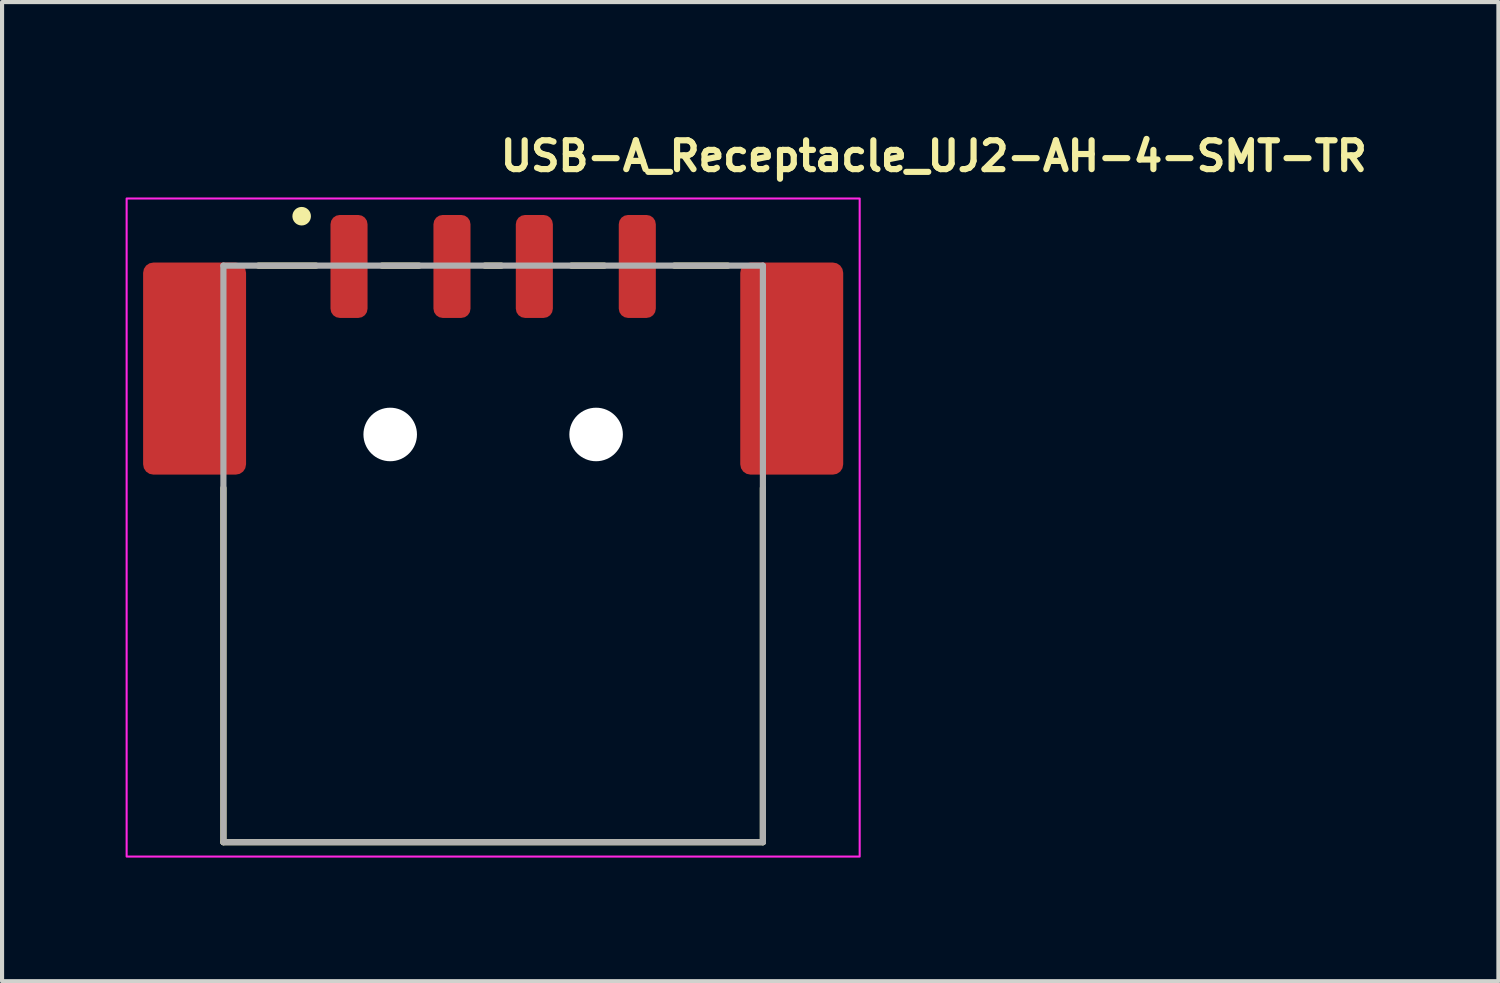
<source format=kicad_pcb>
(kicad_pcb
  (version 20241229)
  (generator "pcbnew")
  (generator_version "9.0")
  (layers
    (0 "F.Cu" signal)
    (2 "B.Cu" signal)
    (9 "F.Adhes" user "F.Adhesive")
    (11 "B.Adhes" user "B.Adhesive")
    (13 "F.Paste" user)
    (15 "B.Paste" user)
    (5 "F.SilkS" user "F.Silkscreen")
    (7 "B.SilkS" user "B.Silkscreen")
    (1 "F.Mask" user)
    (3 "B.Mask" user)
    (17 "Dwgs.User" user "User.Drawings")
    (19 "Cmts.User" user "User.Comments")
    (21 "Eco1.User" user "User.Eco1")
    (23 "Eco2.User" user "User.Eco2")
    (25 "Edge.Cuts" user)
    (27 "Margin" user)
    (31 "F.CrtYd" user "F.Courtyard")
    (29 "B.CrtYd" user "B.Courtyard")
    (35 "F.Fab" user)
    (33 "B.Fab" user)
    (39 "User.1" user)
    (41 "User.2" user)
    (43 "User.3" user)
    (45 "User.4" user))
  (footprint "USB-A_Receptacle_UJ2-AH-4-SMT-TR"
    (layer "F.Cu")
    (at 8.945 9.95)
    (property "Reference" "USB-A_Receptacle_UJ2-AH-4-SMT-TR" (at 0.08 -8.8 0) (unlocked yes) (layer "F.SilkS") (effects (font (size 0.7 0.7) (thickness 0.15)) (justify left bottom)))
    (attr smd)
    (fp_line (start -6.57 -1.15) (end -6.57 7.45) (stroke (width 0.15) (type solid)) (layer "F.SilkS"))
    (fp_line (start -6.57 7.45) (end 6.53 7.45) (stroke (width 0.15) (type solid)) (layer "F.SilkS"))
    (fp_line (start -4.32 -6.55) (end -5.72 -6.55) (stroke (width 0.15) (type solid)) (layer "F.SilkS"))
    (fp_line (start -2.72 -6.55) (end -1.82 -6.55) (stroke (width 0.15) (type solid)) (layer "F.SilkS"))
    (fp_line (start -0.22 -6.55) (end 0.18 -6.55) (stroke (width 0.15) (type solid)) (layer "F.SilkS"))
    (fp_line (start 1.88 -6.55) (end 2.68 -6.55) (stroke (width 0.15) (type solid)) (layer "F.SilkS"))
    (fp_line (start 4.38 -6.55) (end 5.68 -6.55) (stroke (width 0.15) (type solid)) (layer "F.SilkS"))
    (fp_line (start 6.53 7.45) (end 6.53 -1.15) (stroke (width 0.15) (type solid)) (layer "F.SilkS"))
    (fp_circle (center -4.67 -7.75) (end -4.62 -7.75) (stroke (width 0.15) (type solid)) (fill yes) (layer "F.SilkS"))
    (fp_circle (center -4.67 -7.75) (end -4.52 -7.75) (stroke (width 0.15) (type solid)) (fill no) (layer "F.SilkS"))
    (fp_rect (start -8.92 -8.18) (end 8.88 7.8) (stroke (width 0.05) (type solid)) (fill no) (layer "F.CrtYd"))
    (fp_line (start -6.57 -6.55) (end 6.53 -6.55) (stroke (width 0.15) (type solid)) (layer "F.Fab"))
    (fp_line (start -6.57 7.45) (end -6.57 -6.55) (stroke (width 0.15) (type solid)) (layer "F.Fab"))
    (fp_line (start 6.53 -6.55) (end 6.53 7.45) (stroke (width 0.15) (type solid)) (layer "F.Fab"))
    (fp_line (start 6.53 7.45) (end -6.57 7.45) (stroke (width 0.15) (type solid)) (layer "F.Fab"))
    (fp_rect (start -7.95 -7.4) (end 7.95 7.4) (stroke (width 0.1) (type solid)) (fill no) (layer "User.5"))
    (fp_line (start -7.95 -6.1) (end -7.95 -5.1) (stroke (width 0.02) (type solid)) (layer "User.9"))
    (fp_line (start -7.95 -5.1) (end -7.45 -5.1) (stroke (width 0.02) (type solid)) (layer "User.9"))
    (fp_line (start -7.95 -3.1) (end -7.95 -2.1) (stroke (width 0.02) (type solid)) (layer "User.9"))
    (fp_line (start -7.45 -5.1) (end -7.45 -3.1) (stroke (width 0.02) (type solid)) (layer "User.9"))
    (fp_line (start -7.45 -3.1) (end -7.95 -3.1) (stroke (width 0.02) (type solid)) (layer "User.9"))
    (fp_line (start -7.25 7.08) (end -7.25 7.38) (stroke (width 0.02) (type solid)) (layer "User.9"))
    (fp_line (start -7.25 7.08) (end -6.85 7.08) (stroke (width 0.02) (type solid)) (layer "User.9"))
    (fp_line (start -6.85 7.38) (end -7.25 7.38) (stroke (width 0.02) (type solid)) (layer "User.9"))
    (fp_line (start -6.803 7.076) (end -6.85 7.08) (stroke (width 0.02) (type solid)) (layer "User.9"))
    (fp_line (start -6.8 -6.1) (end -7.95 -6.1) (stroke (width 0.02) (type solid)) (layer "User.9"))
    (fp_line (start -6.8 -2.1) (end -7.95 -2.1) (stroke (width 0.02) (type solid)) (layer "User.9"))
    (fp_line (start -6.8 -2.1) (end -6.8 -6.1) (stroke (width 0.02) (type solid)) (layer "User.9"))
    (fp_line (start -6.783 7.376) (end -6.85 7.38) (stroke (width 0.02) (type solid)) (layer "User.9"))
    (fp_line (start -6.772 -6.1) (end -6.8 -6.1) (stroke (width 0.02) (type solid)) (layer "User.9"))
    (fp_line (start -6.772 -2.1) (end -6.8 -2.1) (stroke (width 0.02) (type solid)) (layer "User.9"))
    (fp_line (start -6.757 7.065) (end -6.803 7.076) (stroke (width 0.02) (type solid)) (layer "User.9"))
    (fp_line (start -6.744 -6.1) (end -6.772 -6.1) (stroke (width 0.02) (type solid)) (layer "User.9"))
    (fp_line (start -6.744 -2.1) (end -6.772 -2.1) (stroke (width 0.02) (type solid)) (layer "User.9"))
    (fp_line (start -6.717 -6.1) (end -6.744 -6.1) (stroke (width 0.02) (type solid)) (layer "User.9"))
    (fp_line (start -6.717 -2.1) (end -6.744 -2.1) (stroke (width 0.02) (type solid)) (layer "User.9"))
    (fp_line (start -6.716 7.365) (end -6.783 7.376) (stroke (width 0.02) (type solid)) (layer "User.9"))
    (fp_line (start -6.714 7.047) (end -6.757 7.065) (stroke (width 0.02) (type solid)) (layer "User.9"))
    (fp_line (start -6.692 -6.1) (end -6.717 -6.1) (stroke (width 0.02) (type solid)) (layer "User.9"))
    (fp_line (start -6.692 -2.1) (end -6.717 -2.1) (stroke (width 0.02) (type solid)) (layer "User.9"))
    (fp_line (start -6.674 7.023) (end -6.714 7.047) (stroke (width 0.02) (type solid)) (layer "User.9"))
    (fp_line (start -6.667 -6.1) (end -6.692 -6.1) (stroke (width 0.02) (type solid)) (layer "User.9"))
    (fp_line (start -6.667 -2.1) (end -6.692 -2.1) (stroke (width 0.02) (type solid)) (layer "User.9"))
    (fp_line (start -6.652 7.346) (end -6.716 7.365) (stroke (width 0.02) (type solid)) (layer "User.9"))
    (fp_line (start -6.644 -6.1) (end -6.667 -6.1) (stroke (width 0.02) (type solid)) (layer "User.9"))
    (fp_line (start -6.644 -2.1) (end -6.667 -2.1) (stroke (width 0.02) (type solid)) (layer "User.9"))
    (fp_line (start -6.638 6.992) (end -6.674 7.023) (stroke (width 0.02) (type solid)) (layer "User.9"))
    (fp_line (start -6.623 -6.1) (end -6.644 -6.1) (stroke (width 0.02) (type solid)) (layer "User.9"))
    (fp_line (start -6.623 -2.1) (end -6.644 -2.1) (stroke (width 0.02) (type solid)) (layer "User.9"))
    (fp_line (start -6.607 6.956) (end -6.638 6.992) (stroke (width 0.02) (type solid)) (layer "User.9"))
    (fp_line (start -6.605 -6.1) (end -6.623 -6.1) (stroke (width 0.02) (type solid)) (layer "User.9"))
    (fp_line (start -6.605 -2.1) (end -6.623 -2.1) (stroke (width 0.02) (type solid)) (layer "User.9"))
    (fp_line (start -6.59 7.321) (end -6.652 7.346) (stroke (width 0.02) (type solid)) (layer "User.9"))
    (fp_line (start -6.588 -6.1) (end -6.605 -6.1) (stroke (width 0.02) (type solid)) (layer "User.9"))
    (fp_line (start -6.588 -2.1) (end -6.605 -2.1) (stroke (width 0.02) (type solid)) (layer "User.9"))
    (fp_line (start -6.583 6.916) (end -6.607 6.956) (stroke (width 0.02) (type solid)) (layer "User.9"))
    (fp_line (start -6.575 -6.1) (end -6.588 -6.1) (stroke (width 0.02) (type solid)) (layer "User.9"))
    (fp_line (start -6.575 -2.1) (end -6.588 -2.1) (stroke (width 0.02) (type solid)) (layer "User.9"))
    (fp_line (start -6.565 6.873) (end -6.583 6.916) (stroke (width 0.02) (type solid)) (layer "User.9"))
    (fp_line (start -6.564 -6.1) (end -6.575 -6.1) (stroke (width 0.02) (type solid)) (layer "User.9"))
    (fp_line (start -6.564 -2.1) (end -6.575 -2.1) (stroke (width 0.02) (type solid)) (layer "User.9"))
    (fp_line (start -6.556 -6.1) (end -6.564 -6.1) (stroke (width 0.02) (type solid)) (layer "User.9"))
    (fp_line (start -6.556 -2.1) (end -6.564 -2.1) (stroke (width 0.02) (type solid)) (layer "User.9"))
    (fp_line (start -6.554 6.827) (end -6.565 6.873) (stroke (width 0.02) (type solid)) (layer "User.9"))
    (fp_line (start -6.552 -6.1) (end -6.556 -6.1) (stroke (width 0.02) (type solid)) (layer "User.9"))
    (fp_line (start -6.552 -2.1) (end -6.556 -2.1) (stroke (width 0.02) (type solid)) (layer "User.9"))
    (fp_line (start -6.55 -6.6) (end -6.55 6.78) (stroke (width 0.02) (type solid)) (layer "User.9"))
    (fp_line (start -6.55 -6.6) (end -6.546 -6.6) (stroke (width 0.02) (type solid)) (layer "User.9"))
    (fp_line (start -6.55 -6.1) (end -6.552 -6.1) (stroke (width 0.02) (type solid)) (layer "User.9"))
    (fp_line (start -6.55 -2.1) (end -6.552 -2.1) (stroke (width 0.02) (type solid)) (layer "User.9"))
    (fp_line (start -6.55 6.78) (end -6.554 6.827) (stroke (width 0.02) (type solid)) (layer "User.9"))
    (fp_line (start -6.546 -6.6) (end -6.535 -6.6) (stroke (width 0.02) (type solid)) (layer "User.9"))
    (fp_line (start -6.546 6.78) (end -6.55 6.78) (stroke (width 0.02) (type solid)) (layer "User.9"))
    (fp_line (start -6.535 -6.6) (end -6.516 -6.6) (stroke (width 0.02) (type solid)) (layer "User.9"))
    (fp_line (start -6.535 6.78) (end -6.546 6.78) (stroke (width 0.02) (type solid)) (layer "User.9"))
    (fp_line (start -6.531 7.288) (end -6.59 7.321) (stroke (width 0.02) (type solid)) (layer "User.9"))
    (fp_line (start -6.516 -6.6) (end -6.491 -6.6) (stroke (width 0.02) (type solid)) (layer "User.9"))
    (fp_line (start -6.516 6.78) (end -6.535 6.78) (stroke (width 0.02) (type solid)) (layer "User.9"))
    (fp_line (start -6.491 -6.6) (end -6.458 -6.6) (stroke (width 0.02) (type solid)) (layer "User.9"))
    (fp_line (start -6.491 6.78) (end -6.516 6.78) (stroke (width 0.02) (type solid)) (layer "User.9"))
    (fp_line (start -6.476 7.249) (end -6.531 7.288) (stroke (width 0.02) (type solid)) (layer "User.9"))
    (fp_line (start -6.458 -6.6) (end -6.419 -6.6) (stroke (width 0.02) (type solid)) (layer "User.9"))
    (fp_line (start -6.458 6.78) (end -6.491 6.78) (stroke (width 0.02) (type solid)) (layer "User.9"))
    (fp_line (start -6.426 7.204) (end -6.476 7.249) (stroke (width 0.02) (type solid)) (layer "User.9"))
    (fp_line (start -6.419 -6.6) (end -6.374 -6.6) (stroke (width 0.02) (type solid)) (layer "User.9"))
    (fp_line (start -6.419 6.78) (end -6.458 6.78) (stroke (width 0.02) (type solid)) (layer "User.9"))
    (fp_line (start -6.381 7.154) (end -6.426 7.204) (stroke (width 0.02) (type solid)) (layer "User.9"))
    (fp_line (start -6.374 -6.6) (end -6.324 -6.6) (stroke (width 0.02) (type solid)) (layer "User.9"))
    (fp_line (start -6.374 6.78) (end -6.419 6.78) (stroke (width 0.02) (type solid)) (layer "User.9"))
    (fp_line (start -6.342 7.099) (end -6.381 7.154) (stroke (width 0.02) (type solid)) (layer "User.9"))
    (fp_line (start -6.324 -6.6) (end -6.269 -6.6) (stroke (width 0.02) (type solid)) (layer "User.9"))
    (fp_line (start -6.324 6.78) (end -6.374 6.78) (stroke (width 0.02) (type solid)) (layer "User.9"))
    (fp_line (start -6.309 7.04) (end -6.342 7.099) (stroke (width 0.02) (type solid)) (layer "User.9"))
    (fp_line (start -6.284 6.978) (end -6.309 7.04) (stroke (width 0.02) (type solid)) (layer "User.9"))
    (fp_line (start -6.269 -6.6) (end -6.21 -6.6) (stroke (width 0.02) (type solid)) (layer "User.9"))
    (fp_line (start -6.269 6.78) (end -6.324 6.78) (stroke (width 0.02) (type solid)) (layer "User.9"))
    (fp_line (start -6.265 6.914) (end -6.284 6.978) (stroke (width 0.02) (type solid)) (layer "User.9"))
    (fp_line (start -6.254 6.847) (end -6.265 6.914) (stroke (width 0.02) (type solid)) (layer "User.9"))
    (fp_line (start -6.25 6.78) (end -6.254 6.847) (stroke (width 0.02) (type solid)) (layer "User.9"))
    (fp_line (start -6.21 -6.6) (end -6.148 -6.6) (stroke (width 0.02) (type solid)) (layer "User.9"))
    (fp_line (start -6.21 6.78) (end -6.269 6.78) (stroke (width 0.02) (type solid)) (layer "User.9"))
    (fp_line (start -6.148 -6.6) (end -6.084 -6.6) (stroke (width 0.02) (type solid)) (layer "User.9"))
    (fp_line (start -6.148 6.78) (end -6.21 6.78) (stroke (width 0.02) (type solid)) (layer "User.9"))
    (fp_line (start -6.084 -6.6) (end -6.017 -6.6) (stroke (width 0.02) (type solid)) (layer "User.9"))
    (fp_line (start -6.084 6.78) (end -6.148 6.78) (stroke (width 0.02) (type solid)) (layer "User.9"))
    (fp_line (start -6.017 -6.6) (end -5.95 -6.6) (stroke (width 0.02) (type solid)) (layer "User.9"))
    (fp_line (start -6.017 6.78) (end -6.084 6.78) (stroke (width 0.02) (type solid)) (layer "User.9"))
    (fp_line (start -5.95 -6.6) (end 5.95 -6.6) (stroke (width 0.02) (type solid)) (layer "User.9"))
    (fp_line (start -5.95 6.78) (end -6.017 6.78) (stroke (width 0.02) (type solid)) (layer "User.9"))
    (fp_line (start -5.95 6.78) (end -5.95 -6.6) (stroke (width 0.02) (type solid)) (layer "User.9"))
    (fp_line (start -5.95 6.816) (end -5.95 6.78) (stroke (width 0.02) (type solid)) (layer "User.9"))
    (fp_line (start -5.95 6.851) (end -5.95 6.816) (stroke (width 0.02) (type solid)) (layer "User.9"))
    (fp_line (start -5.95 6.886) (end -5.95 6.851) (stroke (width 0.02) (type solid)) (layer "User.9"))
    (fp_line (start -5.95 6.919) (end -5.95 6.886) (stroke (width 0.02) (type solid)) (layer "User.9"))
    (fp_line (start -5.95 6.95) (end -5.95 6.919) (stroke (width 0.02) (type solid)) (layer "User.9"))
    (fp_line (start -5.95 6.98) (end -5.95 6.95) (stroke (width 0.02) (type solid)) (layer "User.9"))
    (fp_line (start -5.95 7.006) (end -5.95 6.98) (stroke (width 0.02) (type solid)) (layer "User.9"))
    (fp_line (start -5.95 7.03) (end -5.95 7.006) (stroke (width 0.02) (type solid)) (layer "User.9"))
    (fp_line (start -5.95 7.051) (end -5.95 7.03) (stroke (width 0.02) (type solid)) (layer "User.9"))
    (fp_line (start -5.95 7.068) (end -5.95 7.051) (stroke (width 0.02) (type solid)) (layer "User.9"))
    (fp_line (start -5.95 7.082) (end -5.95 7.068) (stroke (width 0.02) (type solid)) (layer "User.9"))
    (fp_line (start -5.95 7.092) (end -5.95 7.082) (stroke (width 0.02) (type solid)) (layer "User.9"))
    (fp_line (start -5.95 7.098) (end -5.95 7.092) (stroke (width 0.02) (type solid)) (layer "User.9"))
    (fp_line (start -5.95 7.1) (end -5.95 7.098) (stroke (width 0.02) (type solid)) (layer "User.9"))
    (fp_line (start -5.95 7.1) (end -5.95 7.4) (stroke (width 0.02) (type solid)) (layer "User.9"))
    (fp_line (start -5.95 7.1) (end 5.95 7.1) (stroke (width 0.02) (type solid)) (layer "User.9"))
    (fp_line (start -5.95 7.4) (end 5.95 7.4) (stroke (width 0.02) (type solid)) (layer "User.9"))
    (fp_line (start -4.333 -0.309) (end -4.331 -0.349) (stroke (width 0.02) (type solid)) (layer "User.9"))
    (fp_line (start -4.333 -0.309) (end -4.053 6.093) (stroke (width 0.02) (type solid)) (layer "User.9"))
    (fp_line (start -4.331 -0.349) (end -4.323 -0.389) (stroke (width 0.02) (type solid)) (layer "User.9"))
    (fp_line (start -4.323 -0.389) (end -4.309 -0.427) (stroke (width 0.02) (type solid)) (layer "User.9"))
    (fp_line (start -4.309 -0.427) (end -4.289 -0.462) (stroke (width 0.02) (type solid)) (layer "User.9"))
    (fp_line (start -4.289 -0.462) (end -4.264 -0.493) (stroke (width 0.02) (type solid)) (layer "User.9"))
    (fp_line (start -4.264 -0.493) (end -4.234 -0.52) (stroke (width 0.02) (type solid)) (layer "User.9"))
    (fp_line (start -4.234 -0.52) (end -4.2 -0.541) (stroke (width 0.02) (type solid)) (layer "User.9"))
    (fp_line (start -4.2 -0.541) (end -4.162 -0.557) (stroke (width 0.02) (type solid)) (layer "User.9"))
    (fp_line (start -4.162 -0.557) (end -4.123 -0.567) (stroke (width 0.02) (type solid)) (layer "User.9"))
    (fp_line (start -4.123 -0.567) (end -4.083 -0.57) (stroke (width 0.02) (type solid)) (layer "User.9"))
    (fp_line (start -4.083 -0.57) (end -4.043 -0.567) (stroke (width 0.02) (type solid)) (layer "User.9"))
    (fp_line (start -4.048 6.139) (end -4.053 6.093) (stroke (width 0.02) (type solid)) (layer "User.9"))
    (fp_line (start -4.043 -0.567) (end -4.004 -0.557) (stroke (width 0.02) (type solid)) (layer "User.9"))
    (fp_line (start -4.036 6.183) (end -4.048 6.139) (stroke (width 0.02) (type solid)) (layer "User.9"))
    (fp_line (start -4.017 6.224) (end -4.036 6.183) (stroke (width 0.02) (type solid)) (layer "User.9"))
    (fp_line (start -4.004 -0.557) (end -3.967 -0.541) (stroke (width 0.02) (type solid)) (layer "User.9"))
    (fp_line (start -3.992 6.263) (end -4.017 6.224) (stroke (width 0.02) (type solid)) (layer "User.9"))
    (fp_line (start -3.967 -0.541) (end -3.933 -0.52) (stroke (width 0.02) (type solid)) (layer "User.9"))
    (fp_line (start -3.961 6.297) (end -3.992 6.263) (stroke (width 0.02) (type solid)) (layer "User.9"))
    (fp_line (start -3.933 -0.52) (end -3.903 -0.494) (stroke (width 0.02) (type solid)) (layer "User.9"))
    (fp_line (start -3.926 6.326) (end -3.961 6.297) (stroke (width 0.02) (type solid)) (layer "User.9"))
    (fp_line (start -3.903 -0.494) (end -3.878 -0.462) (stroke (width 0.02) (type solid)) (layer "User.9"))
    (fp_line (start -3.886 6.349) (end -3.926 6.326) (stroke (width 0.02) (type solid)) (layer "User.9"))
    (fp_line (start -3.878 -0.462) (end -3.858 -0.428) (stroke (width 0.02) (type solid)) (layer "User.9"))
    (fp_line (start -3.858 -0.428) (end -3.843 -0.39) (stroke (width 0.02) (type solid)) (layer "User.9"))
    (fp_line (start -3.844 6.366) (end -3.886 6.349) (stroke (width 0.02) (type solid)) (layer "User.9"))
    (fp_line (start -3.843 -0.39) (end -3.835 -0.351) (stroke (width 0.02) (type solid)) (layer "User.9"))
    (fp_line (start -3.833 -0.35) (end -3.835 -0.351) (stroke (width 0.02) (type solid)) (layer "User.9"))
    (fp_line (start -3.821 -0.33) (end -3.833 -0.35) (stroke (width 0.02) (type solid)) (layer "User.9"))
    (fp_line (start -3.821 -0.33) (end -1.279 -0.33) (stroke (width 0.02) (type solid)) (layer "User.9"))
    (fp_line (start -3.8 -7.24) (end -3.757 -7.4) (stroke (width 0.02) (type solid)) (layer "User.9"))
    (fp_line (start -3.8 -6.6) (end -3.8 -7.24) (stroke (width 0.02) (type solid)) (layer "User.9"))
    (fp_line (start -3.799 6.377) (end -3.844 6.366) (stroke (width 0.02) (type solid)) (layer "User.9"))
    (fp_line (start -3.754 6.38) (end -3.799 6.377) (stroke (width 0.02) (type solid)) (layer "User.9"))
    (fp_line (start -3.754 6.38) (end -1.346 6.38) (stroke (width 0.02) (type solid)) (layer "User.9"))
    (fp_line (start -3.648 3.628) (end -3.821 -0.33) (stroke (width 0.02) (type solid)) (layer "User.9"))
    (fp_line (start -3.642 3.819) (end -3.648 3.628) (stroke (width 0.02) (type solid)) (layer "User.9"))
    (fp_line (start -3.635 3.96) (end -3.642 3.819) (stroke (width 0.02) (type solid)) (layer "User.9"))
    (fp_line (start -3.635 3.96) (end -1.465 3.96) (stroke (width 0.02) (type solid)) (layer "User.9"))
    (fp_line (start -3.617 4.17) (end -3.635 3.96) (stroke (width 0.02) (type solid)) (layer "User.9"))
    (fp_line (start -3.617 4.17) (end -3.609 4.257) (stroke (width 0.02) (type solid)) (layer "User.9"))
    (fp_line (start -3.609 4.257) (end -3.604 4.321) (stroke (width 0.02) (type solid)) (layer "User.9"))
    (fp_line (start -3.604 4.321) (end -3.604 4.514) (stroke (width 0.02) (type solid)) (layer "User.9"))
    (fp_line (start -3.604 4.514) (end -3.609 4.257) (stroke (width 0.02) (type solid)) (layer "User.9"))
    (fp_line (start -3.575 4.83) (end -3.604 4.321) (stroke (width 0.02) (type solid)) (layer "User.9"))
    (fp_line (start -3.575 5.022) (end -3.604 4.514) (stroke (width 0.02) (type solid)) (layer "User.9"))
    (fp_line (start -3.575 5.022) (end -3.575 4.83) (stroke (width 0.02) (type solid)) (layer "User.9"))
    (fp_line (start -3.572 4.851) (end -3.575 4.83) (stroke (width 0.02) (type solid)) (layer "User.9"))
    (fp_line (start -3.572 5.044) (end -3.575 5.022) (stroke (width 0.02) (type solid)) (layer "User.9"))
    (fp_line (start -3.567 4.873) (end -3.572 4.851) (stroke (width 0.02) (type solid)) (layer "User.9"))
    (fp_line (start -3.567 5.066) (end -3.572 5.044) (stroke (width 0.02) (type solid)) (layer "User.9"))
    (fp_line (start -3.559 4.894) (end -3.567 4.873) (stroke (width 0.02) (type solid)) (layer "User.9"))
    (fp_line (start -3.559 5.087) (end -3.567 5.066) (stroke (width 0.02) (type solid)) (layer "User.9"))
    (fp_line (start -3.548 4.914) (end -3.559 4.894) (stroke (width 0.02) (type solid)) (layer "User.9"))
    (fp_line (start -3.548 5.107) (end -3.559 5.087) (stroke (width 0.02) (type solid)) (layer "User.9"))
    (fp_line (start -3.535 4.934) (end -3.548 4.914) (stroke (width 0.02) (type solid)) (layer "User.9"))
    (fp_line (start -3.535 5.127) (end -3.548 5.107) (stroke (width 0.02) (type solid)) (layer "User.9"))
    (fp_line (start -3.52 4.952) (end -3.535 4.934) (stroke (width 0.02) (type solid)) (layer "User.9"))
    (fp_line (start -3.52 5.145) (end -3.535 5.127) (stroke (width 0.02) (type solid)) (layer "User.9"))
    (fp_line (start -3.502 4.97) (end -3.52 4.952) (stroke (width 0.02) (type solid)) (layer "User.9"))
    (fp_line (start -3.502 5.162) (end -3.52 5.145) (stroke (width 0.02) (type solid)) (layer "User.9"))
    (fp_line (start -3.482 4.986) (end -3.502 4.97) (stroke (width 0.02) (type solid)) (layer "User.9"))
    (fp_line (start -3.482 5.178) (end -3.502 5.162) (stroke (width 0.02) (type solid)) (layer "User.9"))
    (fp_line (start -3.461 5) (end -3.482 4.986) (stroke (width 0.02) (type solid)) (layer "User.9"))
    (fp_line (start -3.461 5.193) (end -3.482 5.178) (stroke (width 0.02) (type solid)) (layer "User.9"))
    (fp_line (start -3.438 5.013) (end -3.461 5) (stroke (width 0.02) (type solid)) (layer "User.9"))
    (fp_line (start -3.438 5.206) (end -3.461 5.193) (stroke (width 0.02) (type solid)) (layer "User.9"))
    (fp_line (start -3.413 5.024) (end -3.438 5.013) (stroke (width 0.02) (type solid)) (layer "User.9"))
    (fp_line (start -3.413 5.217) (end -3.438 5.206) (stroke (width 0.02) (type solid)) (layer "User.9"))
    (fp_line (start -3.387 5.033) (end -3.413 5.024) (stroke (width 0.02) (type solid)) (layer "User.9"))
    (fp_line (start -3.387 5.226) (end -3.413 5.217) (stroke (width 0.02) (type solid)) (layer "User.9"))
    (fp_line (start -3.36 5.04) (end -3.387 5.033) (stroke (width 0.02) (type solid)) (layer "User.9"))
    (fp_line (start -3.36 5.233) (end -3.387 5.226) (stroke (width 0.02) (type solid)) (layer "User.9"))
    (fp_line (start -3.332 5.045) (end -3.36 5.04) (stroke (width 0.02) (type solid)) (layer "User.9"))
    (fp_line (start -3.332 5.238) (end -3.36 5.233) (stroke (width 0.02) (type solid)) (layer "User.9"))
    (fp_line (start -3.304 5.048) (end -3.332 5.045) (stroke (width 0.02) (type solid)) (layer "User.9"))
    (fp_line (start -3.304 5.241) (end -3.332 5.238) (stroke (width 0.02) (type solid)) (layer "User.9"))
    (fp_line (start -3.275 5.049) (end -3.304 5.048) (stroke (width 0.02) (type solid)) (layer "User.9"))
    (fp_line (start -3.275 5.242) (end -3.304 5.241) (stroke (width 0.02) (type solid)) (layer "User.9"))
    (fp_line (start -3.275 5.242) (end -3.275 5.049) (stroke (width 0.02) (type solid)) (layer "User.9"))
    (fp_line (start -3.243 -7.4) (end -3.757 -7.4) (stroke (width 0.02) (type solid)) (layer "User.9"))
    (fp_line (start -3.243 -7.4) (end -3.2 -7.24) (stroke (width 0.02) (type solid)) (layer "User.9"))
    (fp_line (start -3.2 -7.24) (end -3.2 -6.6) (stroke (width 0.02) (type solid)) (layer "User.9"))
    (fp_line (start -1.825 5.049) (end -3.275 5.049) (stroke (width 0.02) (type solid)) (layer "User.9"))
    (fp_line (start -1.825 5.242) (end -3.275 5.242) (stroke (width 0.02) (type solid)) (layer "User.9"))
    (fp_line (start -1.825 5.242) (end -1.825 5.049) (stroke (width 0.02) (type solid)) (layer "User.9"))
    (fp_line (start -1.796 5.048) (end -1.825 5.049) (stroke (width 0.02) (type solid)) (layer "User.9"))
    (fp_line (start -1.796 5.241) (end -1.825 5.242) (stroke (width 0.02) (type solid)) (layer "User.9"))
    (fp_line (start -1.768 5.045) (end -1.796 5.048) (stroke (width 0.02) (type solid)) (layer "User.9"))
    (fp_line (start -1.768 5.238) (end -1.796 5.241) (stroke (width 0.02) (type solid)) (layer "User.9"))
    (fp_line (start -1.74 5.04) (end -1.768 5.045) (stroke (width 0.02) (type solid)) (layer "User.9"))
    (fp_line (start -1.74 5.233) (end -1.768 5.238) (stroke (width 0.02) (type solid)) (layer "User.9"))
    (fp_line (start -1.713 5.033) (end -1.74 5.04) (stroke (width 0.02) (type solid)) (layer "User.9"))
    (fp_line (start -1.713 5.226) (end -1.74 5.233) (stroke (width 0.02) (type solid)) (layer "User.9"))
    (fp_line (start -1.687 5.024) (end -1.713 5.033) (stroke (width 0.02) (type solid)) (layer "User.9"))
    (fp_line (start -1.687 5.217) (end -1.713 5.226) (stroke (width 0.02) (type solid)) (layer "User.9"))
    (fp_line (start -1.662 5.013) (end -1.687 5.024) (stroke (width 0.02) (type solid)) (layer "User.9"))
    (fp_line (start -1.662 5.206) (end -1.687 5.217) (stroke (width 0.02) (type solid)) (layer "User.9"))
    (fp_line (start -1.639 5) (end -1.662 5.013) (stroke (width 0.02) (type solid)) (layer "User.9"))
    (fp_line (start -1.639 5.193) (end -1.662 5.206) (stroke (width 0.02) (type solid)) (layer "User.9"))
    (fp_line (start -1.618 4.986) (end -1.639 5) (stroke (width 0.02) (type solid)) (layer "User.9"))
    (fp_line (start -1.618 5.178) (end -1.639 5.193) (stroke (width 0.02) (type solid)) (layer "User.9"))
    (fp_line (start -1.598 4.97) (end -1.618 4.986) (stroke (width 0.02) (type solid)) (layer "User.9"))
    (fp_line (start -1.598 5.162) (end -1.618 5.178) (stroke (width 0.02) (type solid)) (layer "User.9"))
    (fp_line (start -1.58 4.952) (end -1.598 4.97) (stroke (width 0.02) (type solid)) (layer "User.9"))
    (fp_line (start -1.58 5.145) (end -1.598 5.162) (stroke (width 0.02) (type solid)) (layer "User.9"))
    (fp_line (start -1.565 4.934) (end -1.58 4.952) (stroke (width 0.02) (type solid)) (layer "User.9"))
    (fp_line (start -1.565 5.127) (end -1.58 5.145) (stroke (width 0.02) (type solid)) (layer "User.9"))
    (fp_line (start -1.552 4.914) (end -1.565 4.934) (stroke (width 0.02) (type solid)) (layer "User.9"))
    (fp_line (start -1.552 5.107) (end -1.565 5.127) (stroke (width 0.02) (type solid)) (layer "User.9"))
    (fp_line (start -1.541 4.894) (end -1.552 4.914) (stroke (width 0.02) (type solid)) (layer "User.9"))
    (fp_line (start -1.541 5.087) (end -1.552 5.107) (stroke (width 0.02) (type solid)) (layer "User.9"))
    (fp_line (start -1.533 4.873) (end -1.541 4.894) (stroke (width 0.02) (type solid)) (layer "User.9"))
    (fp_line (start -1.533 5.066) (end -1.541 5.087) (stroke (width 0.02) (type solid)) (layer "User.9"))
    (fp_line (start -1.528 4.851) (end -1.533 4.873) (stroke (width 0.02) (type solid)) (layer "User.9"))
    (fp_line (start -1.528 5.044) (end -1.533 5.066) (stroke (width 0.02) (type solid)) (layer "User.9"))
    (fp_line (start -1.525 4.83) (end -1.528 4.851) (stroke (width 0.02) (type solid)) (layer "User.9"))
    (fp_line (start -1.525 4.83) (end -1.525 5.022) (stroke (width 0.02) (type solid)) (layer "User.9"))
    (fp_line (start -1.525 5.022) (end -1.528 5.044) (stroke (width 0.02) (type solid)) (layer "User.9"))
    (fp_line (start -1.496 4.321) (end -3.604 4.321) (stroke (width 0.02) (type solid)) (layer "User.9"))
    (fp_line (start -1.496 4.321) (end -1.525 4.83) (stroke (width 0.02) (type solid)) (layer "User.9"))
    (fp_line (start -1.496 4.321) (end -1.491 4.257) (stroke (width 0.02) (type solid)) (layer "User.9"))
    (fp_line (start -1.496 4.514) (end -1.525 5.022) (stroke (width 0.02) (type solid)) (layer "User.9"))
    (fp_line (start -1.496 4.514) (end -1.496 4.321) (stroke (width 0.02) (type solid)) (layer "User.9"))
    (fp_line (start -1.491 4.257) (end -1.496 4.514) (stroke (width 0.02) (type solid)) (layer "User.9"))
    (fp_line (start -1.491 4.257) (end -1.483 4.17) (stroke (width 0.02) (type solid)) (layer "User.9"))
    (fp_line (start -1.483 4.17) (end -3.617 4.17) (stroke (width 0.02) (type solid)) (layer "User.9"))
    (fp_line (start -1.465 3.96) (end -1.483 4.17) (stroke (width 0.02) (type solid)) (layer "User.9"))
    (fp_line (start -1.458 3.819) (end -1.465 3.96) (stroke (width 0.02) (type solid)) (layer "User.9"))
    (fp_line (start -1.452 3.628) (end -3.648 3.628) (stroke (width 0.02) (type solid)) (layer "User.9"))
    (fp_line (start -1.452 3.628) (end -1.458 3.819) (stroke (width 0.02) (type solid)) (layer "User.9"))
    (fp_line (start -1.301 6.377) (end -1.346 6.38) (stroke (width 0.02) (type solid)) (layer "User.9"))
    (fp_line (start -1.3 -7.24) (end -1.257 -7.4) (stroke (width 0.02) (type solid)) (layer "User.9"))
    (fp_line (start -1.3 -6.6) (end -1.3 -7.24) (stroke (width 0.02) (type solid)) (layer "User.9"))
    (fp_line (start -1.279 -0.33) (end -1.452 3.628) (stroke (width 0.02) (type solid)) (layer "User.9"))
    (fp_line (start -1.267 -0.35) (end -1.279 -0.33) (stroke (width 0.02) (type solid)) (layer "User.9"))
    (fp_line (start -1.265 -0.351) (end -3.835 -0.351) (stroke (width 0.02) (type solid)) (layer "User.9"))
    (fp_line (start -1.265 -0.351) (end -1.267 -0.35) (stroke (width 0.02) (type solid)) (layer "User.9"))
    (fp_line (start -1.265 -0.351) (end -1.257 -0.39) (stroke (width 0.02) (type solid)) (layer "User.9"))
    (fp_line (start -1.257 -0.39) (end -1.242 -0.428) (stroke (width 0.02) (type solid)) (layer "User.9"))
    (fp_line (start -1.256 6.366) (end -1.301 6.377) (stroke (width 0.02) (type solid)) (layer "User.9"))
    (fp_line (start -1.242 -0.428) (end -1.222 -0.462) (stroke (width 0.02) (type solid)) (layer "User.9"))
    (fp_line (start -1.222 -0.462) (end -1.197 -0.494) (stroke (width 0.02) (type solid)) (layer "User.9"))
    (fp_line (start -1.214 6.349) (end -1.256 6.366) (stroke (width 0.02) (type solid)) (layer "User.9"))
    (fp_line (start -1.197 -0.494) (end -1.167 -0.52) (stroke (width 0.02) (type solid)) (layer "User.9"))
    (fp_line (start -1.174 6.326) (end -1.214 6.349) (stroke (width 0.02) (type solid)) (layer "User.9"))
    (fp_line (start -1.167 -0.52) (end -1.133 -0.541) (stroke (width 0.02) (type solid)) (layer "User.9"))
    (fp_line (start -1.139 6.297) (end -1.174 6.326) (stroke (width 0.02) (type solid)) (layer "User.9"))
    (fp_line (start -1.133 -0.541) (end -1.096 -0.557) (stroke (width 0.02) (type solid)) (layer "User.9"))
    (fp_line (start -1.108 6.263) (end -1.139 6.297) (stroke (width 0.02) (type solid)) (layer "User.9"))
    (fp_line (start -1.096 -0.557) (end -1.057 -0.567) (stroke (width 0.02) (type solid)) (layer "User.9"))
    (fp_line (start -1.083 6.224) (end -1.108 6.263) (stroke (width 0.02) (type solid)) (layer "User.9"))
    (fp_line (start -1.064 6.183) (end -1.083 6.224) (stroke (width 0.02) (type solid)) (layer "User.9"))
    (fp_line (start -1.057 -0.567) (end -1.017 -0.57) (stroke (width 0.02) (type solid)) (layer "User.9"))
    (fp_line (start -1.052 6.139) (end -1.064 6.183) (stroke (width 0.02) (type solid)) (layer "User.9"))
    (fp_line (start -1.047 6.093) (end -1.052 6.139) (stroke (width 0.02) (type solid)) (layer "User.9"))
    (fp_line (start -1.047 6.093) (end -0.767 -0.309) (stroke (width 0.02) (type solid)) (layer "User.9"))
    (fp_line (start -1.033 5.784) (end -4.067 5.784) (stroke (width 0.02) (type solid)) (layer "User.9"))
    (fp_line (start -1.017 -0.57) (end -0.977 -0.567) (stroke (width 0.02) (type solid)) (layer "User.9"))
    (fp_line (start -0.977 -0.567) (end -0.938 -0.557) (stroke (width 0.02) (type solid)) (layer "User.9"))
    (fp_line (start -0.938 -0.557) (end -0.9 -0.541) (stroke (width 0.02) (type solid)) (layer "User.9"))
    (fp_line (start -0.9 -0.541) (end -0.866 -0.52) (stroke (width 0.02) (type solid)) (layer "User.9"))
    (fp_line (start -0.866 -0.52) (end -0.836 -0.493) (stroke (width 0.02) (type solid)) (layer "User.9"))
    (fp_line (start -0.836 -0.493) (end -0.811 -0.462) (stroke (width 0.02) (type solid)) (layer "User.9"))
    (fp_line (start -0.811 -0.462) (end -0.791 -0.427) (stroke (width 0.02) (type solid)) (layer "User.9"))
    (fp_line (start -0.791 -0.427) (end -0.777 -0.389) (stroke (width 0.02) (type solid)) (layer "User.9"))
    (fp_line (start -0.777 -0.389) (end -0.769 -0.349) (stroke (width 0.02) (type solid)) (layer "User.9"))
    (fp_line (start -0.769 -0.349) (end -0.767 -0.309) (stroke (width 0.02) (type solid)) (layer "User.9"))
    (fp_line (start -0.743 -7.4) (end -1.257 -7.4) (stroke (width 0.02) (type solid)) (layer "User.9"))
    (fp_line (start -0.743 -7.4) (end -0.7 -7.24) (stroke (width 0.02) (type solid)) (layer "User.9"))
    (fp_line (start -0.7 -7.24) (end -0.7 -6.6) (stroke (width 0.02) (type solid)) (layer "User.9"))
    (fp_line (start 0.7 -7.24) (end 0.743 -7.4) (stroke (width 0.02) (type solid)) (layer "User.9"))
    (fp_line (start 0.7 -6.6) (end 0.7 -7.24) (stroke (width 0.02) (type solid)) (layer "User.9"))
    (fp_line (start 0.767 -0.309) (end 0.769 -0.349) (stroke (width 0.02) (type solid)) (layer "User.9"))
    (fp_line (start 0.767 -0.309) (end 1.047 6.093) (stroke (width 0.02) (type solid)) (layer "User.9"))
    (fp_line (start 0.769 -0.349) (end 0.777 -0.389) (stroke (width 0.02) (type solid)) (layer "User.9"))
    (fp_line (start 0.777 -0.389) (end 0.791 -0.427) (stroke (width 0.02) (type solid)) (layer "User.9"))
    (fp_line (start 0.791 -0.427) (end 0.811 -0.462) (stroke (width 0.02) (type solid)) (layer "User.9"))
    (fp_line (start 0.811 -0.462) (end 0.836 -0.493) (stroke (width 0.02) (type solid)) (layer "User.9"))
    (fp_line (start 0.836 -0.493) (end 0.866 -0.52) (stroke (width 0.02) (type solid)) (layer "User.9"))
    (fp_line (start 0.866 -0.52) (end 0.9 -0.541) (stroke (width 0.02) (type solid)) (layer "User.9"))
    (fp_line (start 0.9 -0.541) (end 0.938 -0.557) (stroke (width 0.02) (type solid)) (layer "User.9"))
    (fp_line (start 0.938 -0.557) (end 0.977 -0.567) (stroke (width 0.02) (type solid)) (layer "User.9"))
    (fp_line (start 0.977 -0.567) (end 1.017 -0.57) (stroke (width 0.02) (type solid)) (layer "User.9"))
    (fp_line (start 1.017 -0.57) (end 1.057 -0.567) (stroke (width 0.02) (type solid)) (layer "User.9"))
    (fp_line (start 1.052 6.139) (end 1.047 6.093) (stroke (width 0.02) (type solid)) (layer "User.9"))
    (fp_line (start 1.057 -0.567) (end 1.096 -0.557) (stroke (width 0.02) (type solid)) (layer "User.9"))
    (fp_line (start 1.064 6.183) (end 1.052 6.139) (stroke (width 0.02) (type solid)) (layer "User.9"))
    (fp_line (start 1.083 6.224) (end 1.064 6.183) (stroke (width 0.02) (type solid)) (layer "User.9"))
    (fp_line (start 1.096 -0.557) (end 1.133 -0.541) (stroke (width 0.02) (type solid)) (layer "User.9"))
    (fp_line (start 1.108 6.263) (end 1.083 6.224) (stroke (width 0.02) (type solid)) (layer "User.9"))
    (fp_line (start 1.133 -0.541) (end 1.167 -0.52) (stroke (width 0.02) (type solid)) (layer "User.9"))
    (fp_line (start 1.139 6.297) (end 1.108 6.263) (stroke (width 0.02) (type solid)) (layer "User.9"))
    (fp_line (start 1.167 -0.52) (end 1.197 -0.494) (stroke (width 0.02) (type solid)) (layer "User.9"))
    (fp_line (start 1.174 6.326) (end 1.139 6.297) (stroke (width 0.02) (type solid)) (layer "User.9"))
    (fp_line (start 1.197 -0.494) (end 1.222 -0.462) (stroke (width 0.02) (type solid)) (layer "User.9"))
    (fp_line (start 1.214 6.349) (end 1.174 6.326) (stroke (width 0.02) (type solid)) (layer "User.9"))
    (fp_line (start 1.222 -0.462) (end 1.242 -0.428) (stroke (width 0.02) (type solid)) (layer "User.9"))
    (fp_line (start 1.242 -0.428) (end 1.257 -0.39) (stroke (width 0.02) (type solid)) (layer "User.9"))
    (fp_line (start 1.256 6.366) (end 1.214 6.349) (stroke (width 0.02) (type solid)) (layer "User.9"))
    (fp_line (start 1.257 -7.4) (end 0.743 -7.4) (stroke (width 0.02) (type solid)) (layer "User.9"))
    (fp_line (start 1.257 -7.4) (end 1.3 -7.24) (stroke (width 0.02) (type solid)) (layer "User.9"))
    (fp_line (start 1.257 -0.39) (end 1.265 -0.351) (stroke (width 0.02) (type solid)) (layer "User.9"))
    (fp_line (start 1.267 -0.35) (end 1.265 -0.351) (stroke (width 0.02) (type solid)) (layer "User.9"))
    (fp_line (start 1.279 -0.33) (end 1.267 -0.35) (stroke (width 0.02) (type solid)) (layer "User.9"))
    (fp_line (start 1.279 -0.33) (end 3.821 -0.33) (stroke (width 0.02) (type solid)) (layer "User.9"))
    (fp_line (start 1.3 -7.24) (end 1.3 -6.6) (stroke (width 0.02) (type solid)) (layer "User.9"))
    (fp_line (start 1.301 6.377) (end 1.256 6.366) (stroke (width 0.02) (type solid)) (layer "User.9"))
    (fp_line (start 1.346 6.38) (end 1.301 6.377) (stroke (width 0.02) (type solid)) (layer "User.9"))
    (fp_line (start 1.346 6.38) (end 3.754 6.38) (stroke (width 0.02) (type solid)) (layer "User.9"))
    (fp_line (start 1.452 3.628) (end 1.279 -0.33) (stroke (width 0.02) (type solid)) (layer "User.9"))
    (fp_line (start 1.458 3.819) (end 1.452 3.628) (stroke (width 0.02) (type solid)) (layer "User.9"))
    (fp_line (start 1.465 3.96) (end 1.458 3.819) (stroke (width 0.02) (type solid)) (layer "User.9"))
    (fp_line (start 1.465 3.96) (end 3.635 3.96) (stroke (width 0.02) (type solid)) (layer "User.9"))
    (fp_line (start 1.483 4.17) (end 1.465 3.96) (stroke (width 0.02) (type solid)) (layer "User.9"))
    (fp_line (start 1.483 4.17) (end 1.491 4.257) (stroke (width 0.02) (type solid)) (layer "User.9"))
    (fp_line (start 1.491 4.257) (end 1.496 4.321) (stroke (width 0.02) (type solid)) (layer "User.9"))
    (fp_line (start 1.496 4.321) (end 1.496 4.514) (stroke (width 0.02) (type solid)) (layer "User.9"))
    (fp_line (start 1.496 4.514) (end 1.491 4.257) (stroke (width 0.02) (type solid)) (layer "User.9"))
    (fp_line (start 1.525 4.83) (end 1.496 4.321) (stroke (width 0.02) (type solid)) (layer "User.9"))
    (fp_line (start 1.525 5.022) (end 1.496 4.514) (stroke (width 0.02) (type solid)) (layer "User.9"))
    (fp_line (start 1.525 5.022) (end 1.525 4.83) (stroke (width 0.02) (type solid)) (layer "User.9"))
    (fp_line (start 1.528 4.851) (end 1.525 4.83) (stroke (width 0.02) (type solid)) (layer "User.9"))
    (fp_line (start 1.528 5.044) (end 1.525 5.022) (stroke (width 0.02) (type solid)) (layer "User.9"))
    (fp_line (start 1.533 4.873) (end 1.528 4.851) (stroke (width 0.02) (type solid)) (layer "User.9"))
    (fp_line (start 1.533 5.066) (end 1.528 5.044) (stroke (width 0.02) (type solid)) (layer "User.9"))
    (fp_line (start 1.541 4.894) (end 1.533 4.873) (stroke (width 0.02) (type solid)) (layer "User.9"))
    (fp_line (start 1.541 5.087) (end 1.533 5.066) (stroke (width 0.02) (type solid)) (layer "User.9"))
    (fp_line (start 1.552 4.914) (end 1.541 4.894) (stroke (width 0.02) (type solid)) (layer "User.9"))
    (fp_line (start 1.552 5.107) (end 1.541 5.087) (stroke (width 0.02) (type solid)) (layer "User.9"))
    (fp_line (start 1.565 4.934) (end 1.552 4.914) (stroke (width 0.02) (type solid)) (layer "User.9"))
    (fp_line (start 1.565 5.127) (end 1.552 5.107) (stroke (width 0.02) (type solid)) (layer "User.9"))
    (fp_line (start 1.58 4.952) (end 1.565 4.934) (stroke (width 0.02) (type solid)) (layer "User.9"))
    (fp_line (start 1.58 5.145) (end 1.565 5.127) (stroke (width 0.02) (type solid)) (layer "User.9"))
    (fp_line (start 1.598 4.97) (end 1.58 4.952) (stroke (width 0.02) (type solid)) (layer "User.9"))
    (fp_line (start 1.598 5.162) (end 1.58 5.145) (stroke (width 0.02) (type solid)) (layer "User.9"))
    (fp_line (start 1.618 4.986) (end 1.598 4.97) (stroke (width 0.02) (type solid)) (layer "User.9"))
    (fp_line (start 1.618 5.178) (end 1.598 5.162) (stroke (width 0.02) (type solid)) (layer "User.9"))
    (fp_line (start 1.639 5) (end 1.618 4.986) (stroke (width 0.02) (type solid)) (layer "User.9"))
    (fp_line (start 1.639 5.193) (end 1.618 5.178) (stroke (width 0.02) (type solid)) (layer "User.9"))
    (fp_line (start 1.662 5.013) (end 1.639 5) (stroke (width 0.02) (type solid)) (layer "User.9"))
    (fp_line (start 1.662 5.206) (end 1.639 5.193) (stroke (width 0.02) (type solid)) (layer "User.9"))
    (fp_line (start 1.687 5.024) (end 1.662 5.013) (stroke (width 0.02) (type solid)) (layer "User.9"))
    (fp_line (start 1.687 5.217) (end 1.662 5.206) (stroke (width 0.02) (type solid)) (layer "User.9"))
    (fp_line (start 1.713 5.033) (end 1.687 5.024) (stroke (width 0.02) (type solid)) (layer "User.9"))
    (fp_line (start 1.713 5.226) (end 1.687 5.217) (stroke (width 0.02) (type solid)) (layer "User.9"))
    (fp_line (start 1.74 5.04) (end 1.713 5.033) (stroke (width 0.02) (type solid)) (layer "User.9"))
    (fp_line (start 1.74 5.233) (end 1.713 5.226) (stroke (width 0.02) (type solid)) (layer "User.9"))
    (fp_line (start 1.768 5.045) (end 1.74 5.04) (stroke (width 0.02) (type solid)) (layer "User.9"))
    (fp_line (start 1.768 5.238) (end 1.74 5.233) (stroke (width 0.02) (type solid)) (layer "User.9"))
    (fp_line (start 1.796 5.048) (end 1.768 5.045) (stroke (width 0.02) (type solid)) (layer "User.9"))
    (fp_line (start 1.796 5.241) (end 1.768 5.238) (stroke (width 0.02) (type solid)) (layer "User.9"))
    (fp_line (start 1.825 5.049) (end 1.796 5.048) (stroke (width 0.02) (type solid)) (layer "User.9"))
    (fp_line (start 1.825 5.242) (end 1.796 5.241) (stroke (width 0.02) (type solid)) (layer "User.9"))
    (fp_line (start 1.825 5.242) (end 1.825 5.049) (stroke (width 0.02) (type solid)) (layer "User.9"))
    (fp_line (start 3.2 -7.24) (end 3.243 -7.4) (stroke (width 0.02) (type solid)) (layer "User.9"))
    (fp_line (start 3.2 -6.6) (end 3.2 -7.24) (stroke (width 0.02) (type solid)) (layer "User.9"))
    (fp_line (start 3.275 5.049) (end 1.825 5.049) (stroke (width 0.02) (type solid)) (layer "User.9"))
    (fp_line (start 3.275 5.242) (end 1.825 5.242) (stroke (width 0.02) (type solid)) (layer "User.9"))
    (fp_line (start 3.275 5.242) (end 3.275 5.049) (stroke (width 0.02) (type solid)) (layer "User.9"))
    (fp_line (start 3.304 5.048) (end 3.275 5.049) (stroke (width 0.02) (type solid)) (layer "User.9"))
    (fp_line (start 3.304 5.241) (end 3.275 5.242) (stroke (width 0.02) (type solid)) (layer "User.9"))
    (fp_line (start 3.332 5.045) (end 3.304 5.048) (stroke (width 0.02) (type solid)) (layer "User.9"))
    (fp_line (start 3.332 5.238) (end 3.304 5.241) (stroke (width 0.02) (type solid)) (layer "User.9"))
    (fp_line (start 3.36 5.04) (end 3.332 5.045) (stroke (width 0.02) (type solid)) (layer "User.9"))
    (fp_line (start 3.36 5.233) (end 3.332 5.238) (stroke (width 0.02) (type solid)) (layer "User.9"))
    (fp_line (start 3.387 5.033) (end 3.36 5.04) (stroke (width 0.02) (type solid)) (layer "User.9"))
    (fp_line (start 3.387 5.226) (end 3.36 5.233) (stroke (width 0.02) (type solid)) (layer "User.9"))
    (fp_line (start 3.413 5.024) (end 3.387 5.033) (stroke (width 0.02) (type solid)) (layer "User.9"))
    (fp_line (start 3.413 5.217) (end 3.387 5.226) (stroke (width 0.02) (type solid)) (layer "User.9"))
    (fp_line (start 3.438 5.013) (end 3.413 5.024) (stroke (width 0.02) (type solid)) (layer "User.9"))
    (fp_line (start 3.438 5.206) (end 3.413 5.217) (stroke (width 0.02) (type solid)) (layer "User.9"))
    (fp_line (start 3.461 5) (end 3.438 5.013) (stroke (width 0.02) (type solid)) (layer "User.9"))
    (fp_line (start 3.461 5.193) (end 3.438 5.206) (stroke (width 0.02) (type solid)) (layer "User.9"))
    (fp_line (start 3.482 4.986) (end 3.461 5) (stroke (width 0.02) (type solid)) (layer "User.9"))
    (fp_line (start 3.482 5.178) (end 3.461 5.193) (stroke (width 0.02) (type solid)) (layer "User.9"))
    (fp_line (start 3.502 4.97) (end 3.482 4.986) (stroke (width 0.02) (type solid)) (layer "User.9"))
    (fp_line (start 3.502 5.162) (end 3.482 5.178) (stroke (width 0.02) (type solid)) (layer "User.9"))
    (fp_line (start 3.52 4.952) (end 3.502 4.97) (stroke (width 0.02) (type solid)) (layer "User.9"))
    (fp_line (start 3.52 5.145) (end 3.502 5.162) (stroke (width 0.02) (type solid)) (layer "User.9"))
    (fp_line (start 3.535 4.934) (end 3.52 4.952) (stroke (width 0.02) (type solid)) (layer "User.9"))
    (fp_line (start 3.535 5.127) (end 3.52 5.145) (stroke (width 0.02) (type solid)) (layer "User.9"))
    (fp_line (start 3.548 4.914) (end 3.535 4.934) (stroke (width 0.02) (type solid)) (layer "User.9"))
    (fp_line (start 3.548 5.107) (end 3.535 5.127) (stroke (width 0.02) (type solid)) (layer "User.9"))
    (fp_line (start 3.559 4.894) (end 3.548 4.914) (stroke (width 0.02) (type solid)) (layer "User.9"))
    (fp_line (start 3.559 5.087) (end 3.548 5.107) (stroke (width 0.02) (type solid)) (layer "User.9"))
    (fp_line (start 3.567 4.873) (end 3.559 4.894) (stroke (width 0.02) (type solid)) (layer "User.9"))
    (fp_line (start 3.567 5.066) (end 3.559 5.087) (stroke (width 0.02) (type solid)) (layer "User.9"))
    (fp_line (start 3.572 4.851) (end 3.567 4.873) (stroke (width 0.02) (type solid)) (layer "User.9"))
    (fp_line (start 3.572 5.044) (end 3.567 5.066) (stroke (width 0.02) (type solid)) (layer "User.9"))
    (fp_line (start 3.575 4.83) (end 3.572 4.851) (stroke (width 0.02) (type solid)) (layer "User.9"))
    (fp_line (start 3.575 4.83) (end 3.575 5.022) (stroke (width 0.02) (type solid)) (layer "User.9"))
    (fp_line (start 3.575 5.022) (end 3.572 5.044) (stroke (width 0.02) (type solid)) (layer "User.9"))
    (fp_line (start 3.604 4.321) (end 1.496 4.321) (stroke (width 0.02) (type solid)) (layer "User.9"))
    (fp_line (start 3.604 4.321) (end 3.575 4.83) (stroke (width 0.02) (type solid)) (layer "User.9"))
    (fp_line (start 3.604 4.321) (end 3.609 4.257) (stroke (width 0.02) (type solid)) (layer "User.9"))
    (fp_line (start 3.604 4.514) (end 3.575 5.022) (stroke (width 0.02) (type solid)) (layer "User.9"))
    (fp_line (start 3.604 4.514) (end 3.604 4.321) (stroke (width 0.02) (type solid)) (layer "User.9"))
    (fp_line (start 3.609 4.257) (end 3.604 4.514) (stroke (width 0.02) (type solid)) (layer "User.9"))
    (fp_line (start 3.609 4.257) (end 3.617 4.17) (stroke (width 0.02) (type solid)) (layer "User.9"))
    (fp_line (start 3.617 4.17) (end 1.483 4.17) (stroke (width 0.02) (type solid)) (layer "User.9"))
    (fp_line (start 3.635 3.96) (end 3.617 4.17) (stroke (width 0.02) (type solid)) (layer "User.9"))
    (fp_line (start 3.642 3.819) (end 3.635 3.96) (stroke (width 0.02) (type solid)) (layer "User.9"))
    (fp_line (start 3.648 3.628) (end 1.452 3.628) (stroke (width 0.02) (type solid)) (layer "User.9"))
    (fp_line (start 3.648 3.628) (end 3.642 3.819) (stroke (width 0.02) (type solid)) (layer "User.9"))
    (fp_line (start 3.757 -7.4) (end 3.243 -7.4) (stroke (width 0.02) (type solid)) (layer "User.9"))
    (fp_line (start 3.757 -7.4) (end 3.8 -7.24) (stroke (width 0.02) (type solid)) (layer "User.9"))
    (fp_line (start 3.799 6.377) (end 3.754 6.38) (stroke (width 0.02) (type solid)) (layer "User.9"))
    (fp_line (start 3.8 -7.24) (end 3.8 -6.6) (stroke (width 0.02) (type solid)) (layer "User.9"))
    (fp_line (start 3.821 -0.33) (end 3.648 3.628) (stroke (width 0.02) (type solid)) (layer "User.9"))
    (fp_line (start 3.833 -0.35) (end 3.821 -0.33) (stroke (width 0.02) (type solid)) (layer "User.9"))
    (fp_line (start 3.835 -0.351) (end 1.265 -0.351) (stroke (width 0.02) (type solid)) (layer "User.9"))
    (fp_line (start 3.835 -0.351) (end 3.833 -0.35) (stroke (width 0.02) (type solid)) (layer "User.9"))
    (fp_line (start 3.835 -0.351) (end 3.843 -0.39) (stroke (width 0.02) (type solid)) (layer "User.9"))
    (fp_line (start 3.843 -0.39) (end 3.858 -0.428) (stroke (width 0.02) (type solid)) (layer "User.9"))
    (fp_line (start 3.844 6.366) (end 3.799 6.377) (stroke (width 0.02) (type solid)) (layer "User.9"))
    (fp_line (start 3.858 -0.428) (end 3.878 -0.462) (stroke (width 0.02) (type solid)) (layer "User.9"))
    (fp_line (start 3.878 -0.462) (end 3.903 -0.494) (stroke (width 0.02) (type solid)) (layer "User.9"))
    (fp_line (start 3.886 6.349) (end 3.844 6.366) (stroke (width 0.02) (type solid)) (layer "User.9"))
    (fp_line (start 3.903 -0.494) (end 3.933 -0.52) (stroke (width 0.02) (type solid)) (layer "User.9"))
    (fp_line (start 3.926 6.326) (end 3.886 6.349) (stroke (width 0.02) (type solid)) (layer "User.9"))
    (fp_line (start 3.933 -0.52) (end 3.967 -0.541) (stroke (width 0.02) (type solid)) (layer "User.9"))
    (fp_line (start 3.961 6.297) (end 3.926 6.326) (stroke (width 0.02) (type solid)) (layer "User.9"))
    (fp_line (start 3.967 -0.541) (end 4.004 -0.557) (stroke (width 0.02) (type solid)) (layer "User.9"))
    (fp_line (start 3.992 6.263) (end 3.961 6.297) (stroke (width 0.02) (type solid)) (layer "User.9"))
    (fp_line (start 4.004 -0.557) (end 4.043 -0.567) (stroke (width 0.02) (type solid)) (layer "User.9"))
    (fp_line (start 4.017 6.224) (end 3.992 6.263) (stroke (width 0.02) (type solid)) (layer "User.9"))
    (fp_line (start 4.036 6.183) (end 4.017 6.224) (stroke (width 0.02) (type solid)) (layer "User.9"))
    (fp_line (start 4.043 -0.567) (end 4.083 -0.57) (stroke (width 0.02) (type solid)) (layer "User.9"))
    (fp_line (start 4.048 6.139) (end 4.036 6.183) (stroke (width 0.02) (type solid)) (layer "User.9"))
    (fp_line (start 4.053 6.093) (end 4.048 6.139) (stroke (width 0.02) (type solid)) (layer "User.9"))
    (fp_line (start 4.053 6.093) (end 4.333 -0.309) (stroke (width 0.02) (type solid)) (layer "User.9"))
    (fp_line (start 4.067 5.784) (end 1.033 5.784) (stroke (width 0.02) (type solid)) (layer "User.9"))
    (fp_line (start 4.083 -0.57) (end 4.123 -0.567) (stroke (width 0.02) (type solid)) (layer "User.9"))
    (fp_line (start 4.123 -0.567) (end 4.162 -0.557) (stroke (width 0.02) (type solid)) (layer "User.9"))
    (fp_line (start 4.162 -0.557) (end 4.2 -0.541) (stroke (width 0.02) (type solid)) (layer "User.9"))
    (fp_line (start 4.2 -0.541) (end 4.234 -0.52) (stroke (width 0.02) (type solid)) (layer "User.9"))
    (fp_line (start 4.234 -0.52) (end 4.264 -0.493) (stroke (width 0.02) (type solid)) (layer "User.9"))
    (fp_line (start 4.264 -0.493) (end 4.289 -0.462) (stroke (width 0.02) (type solid)) (layer "User.9"))
    (fp_line (start 4.289 -0.462) (end 4.309 -0.427) (stroke (width 0.02) (type solid)) (layer "User.9"))
    (fp_line (start 4.309 -0.427) (end 4.323 -0.389) (stroke (width 0.02) (type solid)) (layer "User.9"))
    (fp_line (start 4.323 -0.389) (end 4.331 -0.349) (stroke (width 0.02) (type solid)) (layer "User.9"))
    (fp_line (start 4.331 -0.349) (end 4.333 -0.309) (stroke (width 0.02) (type solid)) (layer "User.9"))
    (fp_line (start 5.95 -6.6) (end 5.95 6.78) (stroke (width 0.02) (type solid)) (layer "User.9"))
    (fp_line (start 5.95 -6.6) (end 6.017 -6.6) (stroke (width 0.02) (type solid)) (layer "User.9"))
    (fp_line (start 5.95 6.78) (end -5.95 6.78) (stroke (width 0.02) (type solid)) (layer "User.9"))
    (fp_line (start 5.95 6.816) (end 5.95 6.78) (stroke (width 0.02) (type solid)) (layer "User.9"))
    (fp_line (start 5.95 6.851) (end 5.95 6.816) (stroke (width 0.02) (type solid)) (layer "User.9"))
    (fp_line (start 5.95 6.886) (end 5.95 6.851) (stroke (width 0.02) (type solid)) (layer "User.9"))
    (fp_line (start 5.95 6.919) (end 5.95 6.886) (stroke (width 0.02) (type solid)) (layer "User.9"))
    (fp_line (start 5.95 6.95) (end 5.95 6.919) (stroke (width 0.02) (type solid)) (layer "User.9"))
    (fp_line (start 5.95 6.98) (end 5.95 6.95) (stroke (width 0.02) (type solid)) (layer "User.9"))
    (fp_line (start 5.95 7.006) (end 5.95 6.98) (stroke (width 0.02) (type solid)) (layer "User.9"))
    (fp_line (start 5.95 7.03) (end 5.95 7.006) (stroke (width 0.02) (type solid)) (layer "User.9"))
    (fp_line (start 5.95 7.051) (end 5.95 7.03) (stroke (width 0.02) (type solid)) (layer "User.9"))
    (fp_line (start 5.95 7.068) (end 5.95 7.051) (stroke (width 0.02) (type solid)) (layer "User.9"))
    (fp_line (start 5.95 7.082) (end 5.95 7.068) (stroke (width 0.02) (type solid)) (layer "User.9"))
    (fp_line (start 5.95 7.092) (end 5.95 7.082) (stroke (width 0.02) (type solid)) (layer "User.9"))
    (fp_line (start 5.95 7.098) (end 5.95 7.092) (stroke (width 0.02) (type solid)) (layer "User.9"))
    (fp_line (start 5.95 7.1) (end 5.95 7.098) (stroke (width 0.02) (type solid)) (layer "User.9"))
    (fp_line (start 5.95 7.4) (end 5.95 7.1) (stroke (width 0.02) (type solid)) (layer "User.9"))
    (fp_line (start 6.017 -6.6) (end 6.084 -6.6) (stroke (width 0.02) (type solid)) (layer "User.9"))
    (fp_line (start 6.017 6.78) (end 5.95 6.78) (stroke (width 0.02) (type solid)) (layer "User.9"))
    (fp_line (start 6.084 -6.6) (end 6.148 -6.6) (stroke (width 0.02) (type solid)) (layer "User.9"))
    (fp_line (start 6.084 6.78) (end 6.017 6.78) (stroke (width 0.02) (type solid)) (layer "User.9"))
    (fp_line (start 6.148 -6.6) (end 6.21 -6.6) (stroke (width 0.02) (type solid)) (layer "User.9"))
    (fp_line (start 6.148 6.78) (end 6.084 6.78) (stroke (width 0.02) (type solid)) (layer "User.9"))
    (fp_line (start 6.21 -6.6) (end 6.269 -6.6) (stroke (width 0.02) (type solid)) (layer "User.9"))
    (fp_line (start 6.21 6.78) (end 6.148 6.78) (stroke (width 0.02) (type solid)) (layer "User.9"))
    (fp_line (start 6.254 6.847) (end 6.25 6.78) (stroke (width 0.02) (type solid)) (layer "User.9"))
    (fp_line (start 6.265 6.914) (end 6.254 6.847) (stroke (width 0.02) (type solid)) (layer "User.9"))
    (fp_line (start 6.269 -6.6) (end 6.324 -6.6) (stroke (width 0.02) (type solid)) (layer "User.9"))
    (fp_line (start 6.269 6.78) (end 6.21 6.78) (stroke (width 0.02) (type solid)) (layer "User.9"))
    (fp_line (start 6.284 6.978) (end 6.265 6.914) (stroke (width 0.02) (type solid)) (layer "User.9"))
    (fp_line (start 6.309 7.04) (end 6.284 6.978) (stroke (width 0.02) (type solid)) (layer "User.9"))
    (fp_line (start 6.324 -6.6) (end 6.374 -6.6) (stroke (width 0.02) (type solid)) (layer "User.9"))
    (fp_line (start 6.324 6.78) (end 6.269 6.78) (stroke (width 0.02) (type solid)) (layer "User.9"))
    (fp_line (start 6.342 7.099) (end 6.309 7.04) (stroke (width 0.02) (type solid)) (layer "User.9"))
    (fp_line (start 6.374 -6.6) (end 6.419 -6.6) (stroke (width 0.02) (type solid)) (layer "User.9"))
    (fp_line (start 6.374 6.78) (end 6.324 6.78) (stroke (width 0.02) (type solid)) (layer "User.9"))
    (fp_line (start 6.381 7.154) (end 6.342 7.099) (stroke (width 0.02) (type solid)) (layer "User.9"))
    (fp_line (start 6.419 -6.6) (end 6.458 -6.6) (stroke (width 0.02) (type solid)) (layer "User.9"))
    (fp_line (start 6.419 6.78) (end 6.374 6.78) (stroke (width 0.02) (type solid)) (layer "User.9"))
    (fp_line (start 6.426 7.204) (end 6.381 7.154) (stroke (width 0.02) (type solid)) (layer "User.9"))
    (fp_line (start 6.458 -6.6) (end 6.491 -6.6) (stroke (width 0.02) (type solid)) (layer "User.9"))
    (fp_line (start 6.458 6.78) (end 6.419 6.78) (stroke (width 0.02) (type solid)) (layer "User.9"))
    (fp_line (start 6.476 7.249) (end 6.426 7.204) (stroke (width 0.02) (type solid)) (layer "User.9"))
    (fp_line (start 6.491 -6.6) (end 6.516 -6.6) (stroke (width 0.02) (type solid)) (layer "User.9"))
    (fp_line (start 6.491 6.78) (end 6.458 6.78) (stroke (width 0.02) (type solid)) (layer "User.9"))
    (fp_line (start 6.516 -6.6) (end 6.535 -6.6) (stroke (width 0.02) (type solid)) (layer "User.9"))
    (fp_line (start 6.516 6.78) (end 6.491 6.78) (stroke (width 0.02) (type solid)) (layer "User.9"))
    (fp_line (start 6.531 7.288) (end 6.476 7.249) (stroke (width 0.02) (type solid)) (layer "User.9"))
    (fp_line (start 6.535 -6.6) (end 6.546 -6.6) (stroke (width 0.02) (type solid)) (layer "User.9"))
    (fp_line (start 6.535 6.78) (end 6.516 6.78) (stroke (width 0.02) (type solid)) (layer "User.9"))
    (fp_line (start 6.546 -6.6) (end 6.55 -6.6) (stroke (width 0.02) (type solid)) (layer "User.9"))
    (fp_line (start 6.546 6.78) (end 6.535 6.78) (stroke (width 0.02) (type solid)) (layer "User.9"))
    (fp_line (start 6.55 -2.1) (end 6.552 -2.1) (stroke (width 0.02) (type solid)) (layer "User.9"))
    (fp_line (start 6.55 6.78) (end 6.546 6.78) (stroke (width 0.02) (type solid)) (layer "User.9"))
    (fp_line (start 6.55 6.78) (end 6.55 -6.6) (stroke (width 0.02) (type solid)) (layer "User.9"))
    (fp_line (start 6.552 -6.1) (end 6.55 -6.1) (stroke (width 0.02) (type solid)) (layer "User.9"))
    (fp_line (start 6.552 -2.1) (end 6.556 -2.1) (stroke (width 0.02) (type solid)) (layer "User.9"))
    (fp_line (start 6.554 6.827) (end 6.55 6.78) (stroke (width 0.02) (type solid)) (layer "User.9"))
    (fp_line (start 6.556 -6.1) (end 6.552 -6.1) (stroke (width 0.02) (type solid)) (layer "User.9"))
    (fp_line (start 6.556 -2.1) (end 6.564 -2.1) (stroke (width 0.02) (type solid)) (layer "User.9"))
    (fp_line (start 6.564 -6.1) (end 6.556 -6.1) (stroke (width 0.02) (type solid)) (layer "User.9"))
    (fp_line (start 6.564 -2.1) (end 6.575 -2.1) (stroke (width 0.02) (type solid)) (layer "User.9"))
    (fp_line (start 6.565 6.873) (end 6.554 6.827) (stroke (width 0.02) (type solid)) (layer "User.9"))
    (fp_line (start 6.575 -6.1) (end 6.564 -6.1) (stroke (width 0.02) (type solid)) (layer "User.9"))
    (fp_line (start 6.575 -2.1) (end 6.588 -2.1) (stroke (width 0.02) (type solid)) (layer "User.9"))
    (fp_line (start 6.583 6.916) (end 6.565 6.873) (stroke (width 0.02) (type solid)) (layer "User.9"))
    (fp_line (start 6.588 -6.1) (end 6.575 -6.1) (stroke (width 0.02) (type solid)) (layer "User.9"))
    (fp_line (start 6.588 -2.1) (end 6.605 -2.1) (stroke (width 0.02) (type solid)) (layer "User.9"))
    (fp_line (start 6.59 7.321) (end 6.531 7.288) (stroke (width 0.02) (type solid)) (layer "User.9"))
    (fp_line (start 6.605 -6.1) (end 6.588 -6.1) (stroke (width 0.02) (type solid)) (layer "User.9"))
    (fp_line (start 6.605 -2.1) (end 6.623 -2.1) (stroke (width 0.02) (type solid)) (layer "User.9"))
    (fp_line (start 6.607 6.956) (end 6.583 6.916) (stroke (width 0.02) (type solid)) (layer "User.9"))
    (fp_line (start 6.623 -6.1) (end 6.605 -6.1) (stroke (width 0.02) (type solid)) (layer "User.9"))
    (fp_line (start 6.623 -2.1) (end 6.644 -2.1) (stroke (width 0.02) (type solid)) (layer "User.9"))
    (fp_line (start 6.638 6.992) (end 6.607 6.956) (stroke (width 0.02) (type solid)) (layer "User.9"))
    (fp_line (start 6.644 -6.1) (end 6.623 -6.1) (stroke (width 0.02) (type solid)) (layer "User.9"))
    (fp_line (start 6.644 -2.1) (end 6.667 -2.1) (stroke (width 0.02) (type solid)) (layer "User.9"))
    (fp_line (start 6.652 7.346) (end 6.59 7.321) (stroke (width 0.02) (type solid)) (layer "User.9"))
    (fp_line (start 6.667 -6.1) (end 6.644 -6.1) (stroke (width 0.02) (type solid)) (layer "User.9"))
    (fp_line (start 6.667 -2.1) (end 6.692 -2.1) (stroke (width 0.02) (type solid)) (layer "User.9"))
    (fp_line (start 6.674 7.023) (end 6.638 6.992) (stroke (width 0.02) (type solid)) (layer "User.9"))
    (fp_line (start 6.692 -6.1) (end 6.667 -6.1) (stroke (width 0.02) (type solid)) (layer "User.9"))
    (fp_line (start 6.692 -2.1) (end 6.717 -2.1) (stroke (width 0.02) (type solid)) (layer "User.9"))
    (fp_line (start 6.714 7.047) (end 6.674 7.023) (stroke (width 0.02) (type solid)) (layer "User.9"))
    (fp_line (start 6.716 7.365) (end 6.652 7.346) (stroke (width 0.02) (type solid)) (layer "User.9"))
    (fp_line (start 6.717 -6.1) (end 6.692 -6.1) (stroke (width 0.02) (type solid)) (layer "User.9"))
    (fp_line (start 6.717 -2.1) (end 6.744 -2.1) (stroke (width 0.02) (type solid)) (layer "User.9"))
    (fp_line (start 6.744 -6.1) (end 6.717 -6.1) (stroke (width 0.02) (type solid)) (layer "User.9"))
    (fp_line (start 6.744 -2.1) (end 6.772 -2.1) (stroke (width 0.02) (type solid)) (layer "User.9"))
    (fp_line (start 6.757 7.065) (end 6.714 7.047) (stroke (width 0.02) (type solid)) (layer "User.9"))
    (fp_line (start 6.772 -6.1) (end 6.744 -6.1) (stroke (width 0.02) (type solid)) (layer "User.9"))
    (fp_line (start 6.772 -2.1) (end 6.8 -2.1) (stroke (width 0.02) (type solid)) (layer "User.9"))
    (fp_line (start 6.783 7.376) (end 6.716 7.365) (stroke (width 0.02) (type solid)) (layer "User.9"))
    (fp_line (start 6.8 -6.1) (end 6.772 -6.1) (stroke (width 0.02) (type solid)) (layer "User.9"))
    (fp_line (start 6.8 -6.1) (end 6.8 -2.1) (stroke (width 0.02) (type solid)) (layer "User.9"))
    (fp_line (start 6.8 -2.1) (end 7.95 -2.1) (stroke (width 0.02) (type solid)) (layer "User.9"))
    (fp_line (start 6.803 7.076) (end 6.757 7.065) (stroke (width 0.02) (type solid)) (layer "User.9"))
    (fp_line (start 6.85 7.08) (end 6.803 7.076) (stroke (width 0.02) (type solid)) (layer "User.9"))
    (fp_line (start 6.85 7.08) (end 7.25 7.08) (stroke (width 0.02) (type solid)) (layer "User.9"))
    (fp_line (start 6.85 7.38) (end 6.783 7.376) (stroke (width 0.02) (type solid)) (layer "User.9"))
    (fp_line (start 6.85 7.38) (end 7.25 7.38) (stroke (width 0.02) (type solid)) (layer "User.9"))
    (fp_line (start 7.25 7.08) (end 7.25 7.38) (stroke (width 0.02) (type solid)) (layer "User.9"))
    (fp_line (start 7.45 -5.1) (end 7.45 -3.1) (stroke (width 0.02) (type solid)) (layer "User.9"))
    (fp_line (start 7.45 -3.1) (end 7.95 -3.1) (stroke (width 0.02) (type solid)) (layer "User.9"))
    (fp_line (start 7.95 -6.1) (end 6.8 -6.1) (stroke (width 0.02) (type solid)) (layer "User.9"))
    (fp_line (start 7.95 -6.1) (end 7.95 -5.1) (stroke (width 0.02) (type solid)) (layer "User.9"))
    (fp_line (start 7.95 -5.1) (end 7.45 -5.1) (stroke (width 0.02) (type solid)) (layer "User.9"))
    (fp_line (start 7.95 -3.1) (end 7.95 -2.1) (stroke (width 0.02) (type solid)) (layer "User.9"))
    (pad "" np_thru_hole circle (at -2.52 -2.45) (size 1.3 1.3) (drill 1.3) (layers "*.Cu" "*.Mask"))
    (pad "" np_thru_hole circle (at 2.48 -2.45) (size 1.3 1.3) (drill 1.3) (layers "*.Cu" "*.Mask"))
    (pad "1" smd roundrect (at -3.52 -6.53) (size 0.9 2.5) (layers "F.Cu" "F.Mask" "F.Paste") (roundrect_rratio 0.25))
    (pad "2" smd roundrect (at -1.02 -6.53) (size 0.9 2.5) (layers "F.Cu" "F.Mask" "F.Paste") (roundrect_rratio 0.25))
    (pad "3" smd roundrect (at 0.98 -6.53) (size 0.9 2.5) (layers "F.Cu" "F.Mask" "F.Paste") (roundrect_rratio 0.25))
    (pad "4" smd roundrect (at 3.48 -6.53) (size 0.9 2.5) (layers "F.Cu" "F.Mask" "F.Paste") (roundrect_rratio 0.25))
    (pad "SH" smd roundrect (at -7.27 -4.05) (size 2.5 5.15) (layers "F.Cu" "F.Mask" "F.Paste") (roundrect_rratio 0.1))
    (pad "SH" smd roundrect (at 7.23 -4.05) (size 2.5 5.15) (layers "F.Cu" "F.Mask" "F.Paste") (roundrect_rratio 0.1)))
  (gr_rect
    (start -3 -3)
    (end 33.335 20.775)
    (stroke (width 0.1) (type default))
    (fill no)
    (layer "Edge.Cuts")))
</source>
